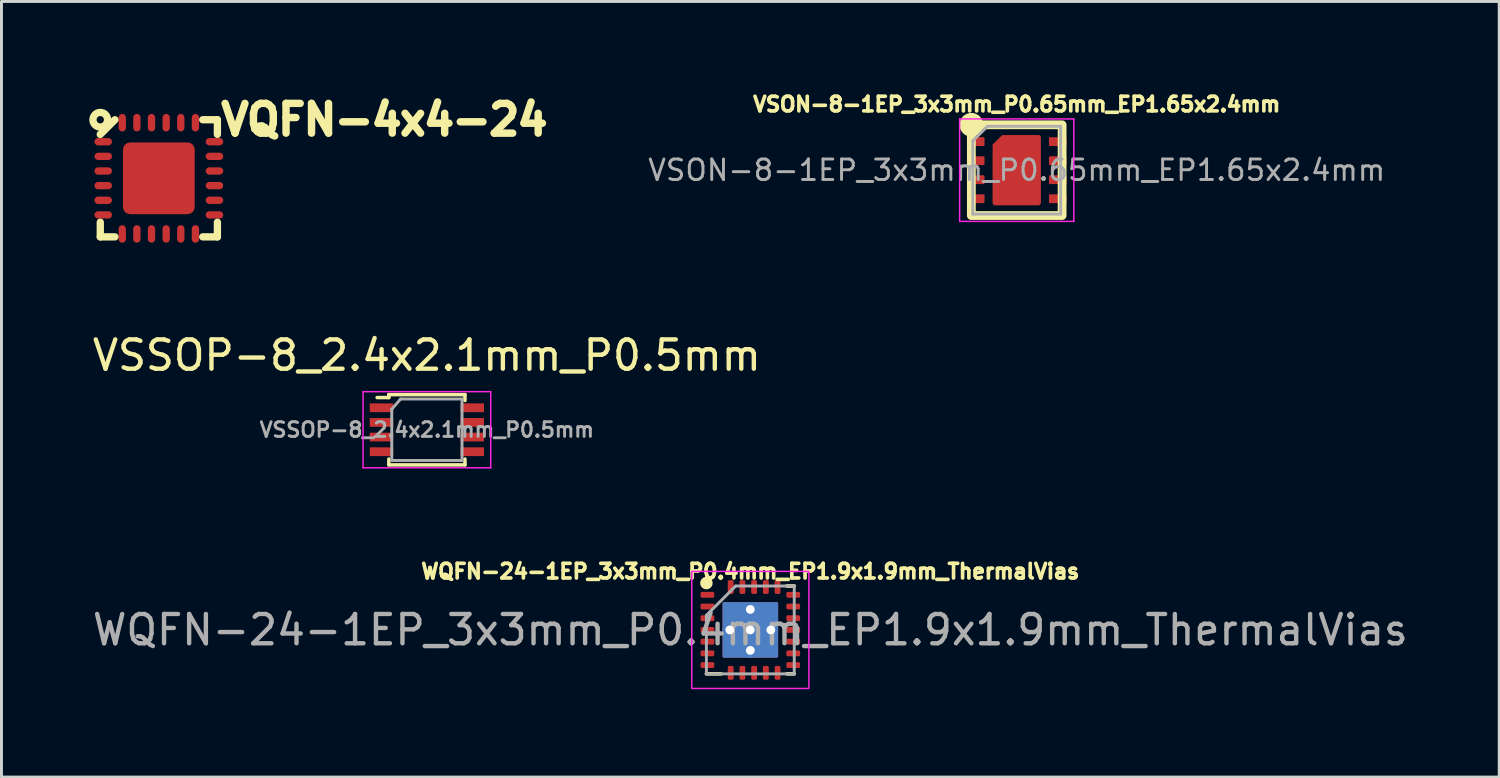
<source format=kicad_pcb>
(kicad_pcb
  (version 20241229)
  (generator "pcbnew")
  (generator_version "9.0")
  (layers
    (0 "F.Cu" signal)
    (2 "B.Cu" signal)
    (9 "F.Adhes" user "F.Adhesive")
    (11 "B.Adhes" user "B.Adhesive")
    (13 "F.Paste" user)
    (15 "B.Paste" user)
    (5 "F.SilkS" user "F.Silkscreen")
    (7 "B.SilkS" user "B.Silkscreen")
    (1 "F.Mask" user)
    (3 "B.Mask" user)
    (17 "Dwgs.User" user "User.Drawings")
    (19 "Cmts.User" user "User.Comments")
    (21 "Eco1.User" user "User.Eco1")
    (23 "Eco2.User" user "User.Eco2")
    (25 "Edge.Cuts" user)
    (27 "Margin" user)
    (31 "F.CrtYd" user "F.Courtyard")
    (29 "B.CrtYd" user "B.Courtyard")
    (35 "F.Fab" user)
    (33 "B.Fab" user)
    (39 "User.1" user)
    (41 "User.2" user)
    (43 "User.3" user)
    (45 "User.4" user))
  (footprint "VSSOP-8_2.4x2.1mm_P0.5mm"
    (layer "F.Cu")
    (at 11.53 11.628)
    (property "Reference" "VSSOP-8_2.4x2.1mm_P0.5mm" (at 0 -2.54 0) (layer "F.SilkS") (effects (font (size 1 1) (thickness 0.15))))
    (attr smd)
    (fp_line (start -1.3 -1.2) (end -1.3 -1.1) (stroke (width 0.12) (type solid)) (layer "F.SilkS"))
    (fp_line (start -1.3 -1.1) (end -1.7 -1.1) (stroke (width 0.12) (type solid)) (layer "F.SilkS"))
    (fp_line (start -1.3 1.2) (end -1.3 1) (stroke (width 0.12) (type solid)) (layer "F.SilkS"))
    (fp_line (start -1.3 1.2) (end 1.3 1.2) (stroke (width 0.12) (type solid)) (layer "F.SilkS"))
    (fp_line (start 1.3 -1.2) (end -1.3 -1.2) (stroke (width 0.12) (type solid)) (layer "F.SilkS"))
    (fp_line (start 1.3 -1) (end 1.3 -1.2) (stroke (width 0.12) (type solid)) (layer "F.SilkS"))
    (fp_line (start 1.3 1.2) (end 1.3 1) (stroke (width 0.12) (type solid)) (layer "F.SilkS"))
    (fp_line (start -2.18 -1.3) (end 2.18 -1.3) (stroke (width 0.05) (type solid)) (layer "F.CrtYd"))
    (fp_line (start -2.18 1.3) (end -2.18 -1.3) (stroke (width 0.05) (type solid)) (layer "F.CrtYd"))
    (fp_line (start 2.18 -1.3) (end 2.18 1.3) (stroke (width 0.05) (type solid)) (layer "F.CrtYd"))
    (fp_line (start 2.18 1.3) (end -2.18 1.3) (stroke (width 0.05) (type solid)) (layer "F.CrtYd"))
    (fp_line (start -1.2 -0.7) (end -1.2 1.05) (stroke (width 0.1) (type solid)) (layer "F.Fab"))
    (fp_line (start -1.2 1.05) (end 1.2 1.05) (stroke (width 0.1) (type solid)) (layer "F.Fab"))
    (fp_line (start -0.9 -1.05) (end -1.2 -0.7) (stroke (width 0.1) (type solid)) (layer "F.Fab"))
    (fp_line (start 1.2 -1.05) (end -0.9 -1.05) (stroke (width 0.1) (type solid)) (layer "F.Fab"))
    (fp_line (start 1.2 1.05) (end 1.2 -1.05) (stroke (width 0.1) (type solid)) (layer "F.Fab"))
    (fp_text user "${REFERENCE}" (at 0 0 0) (layer "F.Fab") (effects (font (size 0.5 0.5) (thickness 0.1))))
    (pad "1" smd rect (at -1.55 -0.75) (size 0.8 0.3) (layers "F.Cu" "F.Mask" "F.Paste"))
    (pad "2" smd rect (at -1.55 -0.25) (size 0.8 0.3) (layers "F.Cu" "F.Mask" "F.Paste"))
    (pad "3" smd rect (at -1.55 0.25) (size 0.8 0.3) (layers "F.Cu" "F.Mask" "F.Paste"))
    (pad "4" smd rect (at -1.55 0.75) (size 0.8 0.3) (layers "F.Cu" "F.Mask" "F.Paste"))
    (pad "5" smd rect (at 1.55 0.75) (size 0.8 0.3) (layers "F.Cu" "F.Mask" "F.Paste"))
    (pad "6" smd rect (at 1.55 0.25) (size 0.8 0.3) (layers "F.Cu" "F.Mask" "F.Paste"))
    (pad "7" smd rect (at 1.55 -0.25) (size 0.8 0.3) (layers "F.Cu" "F.Mask" "F.Paste"))
    (pad "8" smd rect (at 1.55 -0.75) (size 0.8 0.3) (layers "F.Cu" "F.Mask" "F.Paste")))
  (footprint "WQFN-24-1EP_3x3mm_P0.4mm_EP1.9x1.9mm_ThermalVias"
    (layer "F.Cu")
    (at 22.577 18.465)
    (property "Reference" "WQFN-24-1EP_3x3mm_P0.4mm_EP1.9x1.9mm_ThermalVias" (at 0 -2 0) (layer "F.SilkS") (effects (font (size 0.5 0.5) (thickness 0.125))))
    (attr smd)
    (fp_line (start -1.5 1.5) (end -1 1.5) (stroke (width 0.125) (type solid)) (layer "F.SilkS"))
    (fp_line (start 1.25 -1.5) (end 1.5 -1.5) (stroke (width 0.125) (type solid)) (layer "F.SilkS"))
    (fp_line (start 1.5 1.5) (end 1.25 1.5) (stroke (width 0.125) (type solid)) (layer "F.SilkS"))
    (fp_circle (center -1.5 -1.6) (end -1.35 -1.6) (stroke (width 0.125) (type solid)) (fill yes) (layer "F.SilkS"))
    (fp_rect (start -2 -2) (end 2 2) (stroke (width 0.05) (type solid)) (fill no) (layer "F.CrtYd"))
    (fp_line (start -1.5 -0.5) (end -1.5 1.5) (stroke (width 0.1) (type solid)) (layer "F.Fab"))
    (fp_line (start -1.5 1.5) (end 1.5 1.5) (stroke (width 0.1) (type solid)) (layer "F.Fab"))
    (fp_line (start -0.5 -1.5) (end -1.5 -0.5) (stroke (width 0.1) (type solid)) (layer "F.Fab"))
    (fp_line (start 1.5 -1.5) (end -0.5 -1.5) (stroke (width 0.1) (type solid)) (layer "F.Fab"))
    (fp_line (start 1.5 1.5) (end 1.5 -1.5) (stroke (width 0.1) (type solid)) (layer "F.Fab"))
    (fp_text user "${REFERENCE}" (at 0 0 0) (layer "F.Fab") (effects (font (size 1 1) (thickness 0.15))))
    (pad "" smd roundrect (at -0.47 -0.47) (size 0.75 0.75) (layers "F.Paste") (roundrect_rratio 0.067))
    (pad "" smd roundrect (at -0.47 0.47) (size 0.75 0.75) (layers "F.Paste") (roundrect_rratio 0.067))
    (pad "" smd roundrect (at 0.47 -0.47) (size 0.75 0.75) (layers "F.Paste") (roundrect_rratio 0.067))
    (pad "" smd roundrect (at 0.47 0.47) (size 0.75 0.75) (layers "F.Paste") (roundrect_rratio 0.067))
    (pad "1" smd roundrect (at -1.465 -1.2) (size 0.47 0.2) (layers "F.Cu" "F.Mask" "F.Paste") (roundrect_rratio 0.25))
    (pad "2" smd roundrect (at -1.465 -0.8) (size 0.47 0.2) (layers "F.Cu" "F.Mask" "F.Paste") (roundrect_rratio 0.25))
    (pad "3" smd roundrect (at -1.465 -0.4) (size 0.47 0.2) (layers "F.Cu" "F.Mask" "F.Paste") (roundrect_rratio 0.25))
    (pad "4" smd roundrect (at -1.465 0) (size 0.47 0.2) (layers "F.Cu" "F.Mask" "F.Paste") (roundrect_rratio 0.25))
    (pad "5" smd roundrect (at -1.465 0.4) (size 0.47 0.2) (layers "F.Cu" "F.Mask" "F.Paste") (roundrect_rratio 0.25))
    (pad "6" smd roundrect (at -1.465 0.8) (size 0.47 0.2) (layers "F.Cu" "F.Mask" "F.Paste") (roundrect_rratio 0.25))
    (pad "7" smd roundrect (at -1.465 1.2) (size 0.47 0.2) (layers "F.Cu" "F.Mask" "F.Paste") (roundrect_rratio 0.25))
    (pad "8" smd roundrect (at -0.67 1.465) (size 0.2 0.47) (layers "F.Cu" "F.Mask" "F.Paste") (roundrect_rratio 0.25))
    (pad "9" smd roundrect (at -0.27 1.465) (size 0.2 0.47) (layers "F.Cu" "F.Mask" "F.Paste") (roundrect_rratio 0.25))
    (pad "10" smd roundrect (at 0.13 1.465) (size 0.2 0.47) (layers "F.Cu" "F.Mask" "F.Paste") (roundrect_rratio 0.25))
    (pad "11" smd roundrect (at 0.53 1.465) (size 0.2 0.47) (layers "F.Cu" "F.Mask" "F.Paste") (roundrect_rratio 0.25))
    (pad "12" smd roundrect (at 0.93 1.465) (size 0.2 0.47) (layers "F.Cu" "F.Mask" "F.Paste") (roundrect_rratio 0.25))
    (pad "13" smd roundrect (at 1.465 1.2) (size 0.47 0.2) (layers "F.Cu" "F.Mask" "F.Paste") (roundrect_rratio 0.25))
    (pad "14" smd roundrect (at 1.465 0.8) (size 0.47 0.2) (layers "F.Cu" "F.Mask" "F.Paste") (roundrect_rratio 0.25))
    (pad "15" smd roundrect (at 1.465 0.4) (size 0.47 0.2) (layers "F.Cu" "F.Mask" "F.Paste") (roundrect_rratio 0.25))
    (pad "16" smd roundrect (at 1.465 0) (size 0.47 0.2) (layers "F.Cu" "F.Mask" "F.Paste") (roundrect_rratio 0.25))
    (pad "17" smd roundrect (at 1.465 -0.4) (size 0.47 0.2) (layers "F.Cu" "F.Mask" "F.Paste") (roundrect_rratio 0.25))
    (pad "18" smd roundrect (at 1.465 -0.8) (size 0.47 0.2) (layers "F.Cu" "F.Mask" "F.Paste") (roundrect_rratio 0.25))
    (pad "19" smd roundrect (at 1.465 -1.2) (size 0.47 0.2) (layers "F.Cu" "F.Mask" "F.Paste") (roundrect_rratio 0.25))
    (pad "20" smd roundrect (at 0.93 -1.465) (size 0.2 0.47) (layers "F.Cu" "F.Mask" "F.Paste") (roundrect_rratio 0.25))
    (pad "21" smd roundrect (at 0.53 -1.465) (size 0.2 0.47) (layers "F.Cu" "F.Mask" "F.Paste") (roundrect_rratio 0.25))
    (pad "22" smd roundrect (at 0.13 -1.465) (size 0.2 0.47) (layers "F.Cu" "F.Mask" "F.Paste") (roundrect_rratio 0.25))
    (pad "23" smd roundrect (at -0.27 -1.465) (size 0.2 0.47) (layers "F.Cu" "F.Mask" "F.Paste") (roundrect_rratio 0.25))
    (pad "24" smd roundrect (at -0.67 -1.465) (size 0.2 0.47) (layers "F.Cu" "F.Mask" "F.Paste") (roundrect_rratio 0.25))
    (pad "25" thru_hole circle (at -0.7 0) (size 0.5 0.5) (drill 0.3) (layers "*.Cu"))
    (pad "25" thru_hole circle (at 0 -0.7) (size 0.5 0.5) (drill 0.3) (layers "*.Cu"))
    (pad "25" thru_hole circle (at 0 0) (size 0.5 0.5) (drill 0.3) (layers "*.Cu"))
    (pad "25" smd roundrect (at 0 0) (size 1.9 1.9) (layers "F.Cu" "F.Mask") (roundrect_rratio 0.026))
    (pad "25" smd roundrect (at 0 0) (size 1.9 1.9) (layers "B.Cu") (roundrect_rratio 0.026))
    (pad "25" thru_hole circle (at 0 0.7) (size 0.5 0.5) (drill 0.3) (layers "*.Cu"))
    (pad "25" thru_hole circle (at 0.7 0) (size 0.5 0.5) (drill 0.3) (layers "*.Cu")))
  (footprint "VQFN-4x4-24"
    (layer "F.Cu")
    (at 2.375 3.04)
    (property "Reference" "VQFN-4x4-24" (at 2 -2 0) (layer "F.SilkS") (effects (font (size 1.016 1.016) (thickness 0.254)) (justify left)))
    (attr through_hole)
    (fp_line (start -2 1.5) (end -2 2) (stroke (width 0.25) (type solid)) (layer "F.SilkS"))
    (fp_line (start -2 2) (end -1.5 2) (stroke (width 0.25) (type solid)) (layer "F.SilkS"))
    (fp_line (start -1.5 -2) (end -2 -1.5) (stroke (width 0.25) (type solid)) (layer "F.SilkS"))
    (fp_line (start 1.5 -2) (end 2 -2) (stroke (width 0.25) (type solid)) (layer "F.SilkS"))
    (fp_line (start 2 -2) (end 2 -1.5) (stroke (width 0.25) (type solid)) (layer "F.SilkS"))
    (fp_line (start 2 1.5) (end 2 2) (stroke (width 0.25) (type solid)) (layer "F.SilkS"))
    (fp_line (start 2 2) (end 1.5 2) (stroke (width 0.25) (type solid)) (layer "F.SilkS"))
    (fp_circle (center -2 -2) (end -2 -2.25) (stroke (width 0.25) (type solid)) (fill no) (layer "F.SilkS"))
    (pad "1" smd roundrect (at -1.9 -1.25) (size 0.6 0.25) (layers "F.Cu" "F.Mask" "F.Paste") (roundrect_rratio 0.5))
    (pad "2" smd roundrect (at -1.9 -0.75) (size 0.6 0.25) (layers "F.Cu" "F.Mask" "F.Paste") (roundrect_rratio 0.5))
    (pad "3" smd roundrect (at -1.9 -0.25) (size 0.6 0.25) (layers "F.Cu" "F.Mask" "F.Paste") (roundrect_rratio 0.5))
    (pad "4" smd roundrect (at -1.9 0.25) (size 0.6 0.25) (layers "F.Cu" "F.Mask" "F.Paste") (roundrect_rratio 0.5))
    (pad "5" smd roundrect (at -1.9 0.75) (size 0.6 0.25) (layers "F.Cu" "F.Mask" "F.Paste") (roundrect_rratio 0.5))
    (pad "6" smd roundrect (at -1.9 1.25) (size 0.6 0.25) (layers "F.Cu" "F.Mask" "F.Paste") (roundrect_rratio 0.5))
    (pad "7" smd roundrect (at -1.25 1.9) (size 0.25 0.6) (layers "F.Cu" "F.Mask" "F.Paste") (roundrect_rratio 0.5))
    (pad "8" smd roundrect (at -0.75 1.9) (size 0.25 0.6) (layers "F.Cu" "F.Mask" "F.Paste") (roundrect_rratio 0.5))
    (pad "9" smd roundrect (at -0.25 1.9) (size 0.25 0.6) (layers "F.Cu" "F.Mask" "F.Paste") (roundrect_rratio 0.5))
    (pad "10" smd roundrect (at 0.25 1.9) (size 0.25 0.6) (layers "F.Cu" "F.Mask" "F.Paste") (roundrect_rratio 0.5))
    (pad "11" smd roundrect (at 0.75 1.9) (size 0.25 0.6) (layers "F.Cu" "F.Mask" "F.Paste") (roundrect_rratio 0.5))
    (pad "12" smd roundrect (at 1.25 1.9) (size 0.25 0.6) (layers "F.Cu" "F.Mask" "F.Paste") (roundrect_rratio 0.5))
    (pad "13" smd roundrect (at 1.9 1.25) (size 0.6 0.25) (layers "F.Cu" "F.Mask" "F.Paste") (roundrect_rratio 0.5))
    (pad "14" smd roundrect (at 1.9 0.75) (size 0.6 0.25) (layers "F.Cu" "F.Mask" "F.Paste") (roundrect_rratio 0.5))
    (pad "15" smd roundrect (at 1.9 0.25) (size 0.6 0.25) (layers "F.Cu" "F.Mask" "F.Paste") (roundrect_rratio 0.5))
    (pad "16" smd roundrect (at 1.9 -0.25) (size 0.6 0.25) (layers "F.Cu" "F.Mask" "F.Paste") (roundrect_rratio 0.5))
    (pad "17" smd roundrect (at 1.9 -0.75) (size 0.6 0.25) (layers "F.Cu" "F.Mask" "F.Paste") (roundrect_rratio 0.5))
    (pad "18" smd roundrect (at 1.9 -1.25) (size 0.6 0.25) (layers "F.Cu" "F.Mask" "F.Paste") (roundrect_rratio 0.5))
    (pad "19" smd roundrect (at 1.25 -1.9) (size 0.25 0.6) (layers "F.Cu" "F.Mask" "F.Paste") (roundrect_rratio 0.5))
    (pad "20" smd roundrect (at 0.75 -1.9) (size 0.25 0.6) (layers "F.Cu" "F.Mask" "F.Paste") (roundrect_rratio 0.5))
    (pad "21" smd roundrect (at 0.25 -1.9) (size 0.25 0.6) (layers "F.Cu" "F.Mask" "F.Paste") (roundrect_rratio 0.5))
    (pad "22" smd roundrect (at -0.25 -1.9) (size 0.25 0.6) (layers "F.Cu" "F.Mask" "F.Paste") (roundrect_rratio 0.5))
    (pad "23" smd roundrect (at -0.75 -1.9) (size 0.25 0.6) (layers "F.Cu" "F.Mask" "F.Paste") (roundrect_rratio 0.5))
    (pad "24" smd roundrect (at -1.25 -1.9) (size 0.25 0.6) (layers "F.Cu" "F.Mask" "F.Paste") (roundrect_rratio 0.5))
    (pad "PAD" smd roundrect (at 0 0) (size 2.45 2.45) (layers "F.Cu" "F.Mask" "F.Paste") (roundrect_rratio 0.1)))
  (footprint "VSON-8-1EP_3x3mm_P0.65mm_EP1.65x2.4mm"
    (layer "F.Cu")
    (at 31.676 2.762)
    (property "Reference" "VSON-8-1EP_3x3mm_P0.65mm_EP1.65x2.4mm" (at 0 -2.25 0) (layer "F.SilkS") (effects (font (size 0.5 0.5) (thickness 0.125) (bold yes))))
    (attr smd)
    (fp_rect (start -1.55 -1.55) (end 1.55 1.55) (stroke (width 0.3) (type solid)) (fill no) (layer "F.SilkS"))
    (fp_circle (center -1.55 -1.55) (end -1.6 -1.8) (stroke (width 0.3) (type solid)) (fill no) (layer "F.SilkS"))
    (fp_line (start -1.95 -1.75) (end -1.95 1.75) (stroke (width 0.05) (type solid)) (layer "F.CrtYd"))
    (fp_line (start -1.95 -1.75) (end 1.95 -1.75) (stroke (width 0.05) (type solid)) (layer "F.CrtYd"))
    (fp_line (start -1.95 1.75) (end 1.95 1.75) (stroke (width 0.05) (type solid)) (layer "F.CrtYd"))
    (fp_line (start 1.95 -1.75) (end 1.95 1.75) (stroke (width 0.05) (type solid)) (layer "F.CrtYd"))
    (fp_line (start -1.5 1.5) (end -1.5 -1) (stroke (width 0.1) (type solid)) (layer "F.Fab"))
    (fp_line (start -1 -1.5) (end -1.5 -1) (stroke (width 0.1) (type solid)) (layer "F.Fab"))
    (fp_line (start -1 -1.5) (end 1.5 -1.5) (stroke (width 0.1) (type solid)) (layer "F.Fab"))
    (fp_line (start 1.5 -1.5) (end 1.5 1.5) (stroke (width 0.1) (type solid)) (layer "F.Fab"))
    (fp_line (start 1.5 1.5) (end -1.5 1.5) (stroke (width 0.1) (type solid)) (layer "F.Fab"))
    (fp_text user "${REFERENCE}" (at 0 0 0) (layer "F.Fab") (effects (font (size 0.7 0.7) (thickness 0.1))))
    (pad "" smd roundrect (at 0 -0.63) (size 1.47 1.06) (layers "F.Paste") (roundrect_rratio 0.05) (chamfer_ratio 0.3) (chamfer top_left))
    (pad "" smd roundrect (at 0 0.63) (size 1.47 1.06) (layers "F.Paste") (roundrect_rratio 0.05))
    (pad "1" smd roundrect (at -1.4 -0.975) (size 0.6 0.3) (layers "F.Cu" "F.Mask" "F.Paste") (roundrect_rratio 0.1))
    (pad "2" smd roundrect (at -1.4 -0.325) (size 0.6 0.3) (layers "F.Cu" "F.Mask" "F.Paste") (roundrect_rratio 0.1))
    (pad "3" smd roundrect (at -1.4 0.325) (size 0.6 0.3) (layers "F.Cu" "F.Mask" "F.Paste") (roundrect_rratio 0.1))
    (pad "4" smd roundrect (at -1.4 0.975) (size 0.6 0.3) (layers "F.Cu" "F.Mask" "F.Paste") (roundrect_rratio 0.1))
    (pad "5" smd roundrect (at 1.4 0.975) (size 0.6 0.3) (layers "F.Cu" "F.Mask" "F.Paste") (roundrect_rratio 0.1))
    (pad "6" smd roundrect (at 1.4 0.325) (size 0.6 0.3) (layers "F.Cu" "F.Mask" "F.Paste") (roundrect_rratio 0.1))
    (pad "7" smd roundrect (at 1.4 -0.325) (size 0.6 0.3) (layers "F.Cu" "F.Mask" "F.Paste") (roundrect_rratio 0.1))
    (pad "8" smd roundrect (at 1.4 -0.975) (size 0.6 0.3) (layers "F.Cu" "F.Mask" "F.Paste") (roundrect_rratio 0.1))
    (pad "9" smd roundrect (at 0 0) (size 1.65 2.4) (layers "F.Cu" "F.Mask") (roundrect_rratio 0.05) (chamfer_ratio 0.2) (chamfer top_left)))
  (gr_rect
    (start -3 -3)
    (end 48.155 23.49)
    (stroke (width 0.1) (type default))
    (fill no)
    (layer "Edge.Cuts")))
</source>
